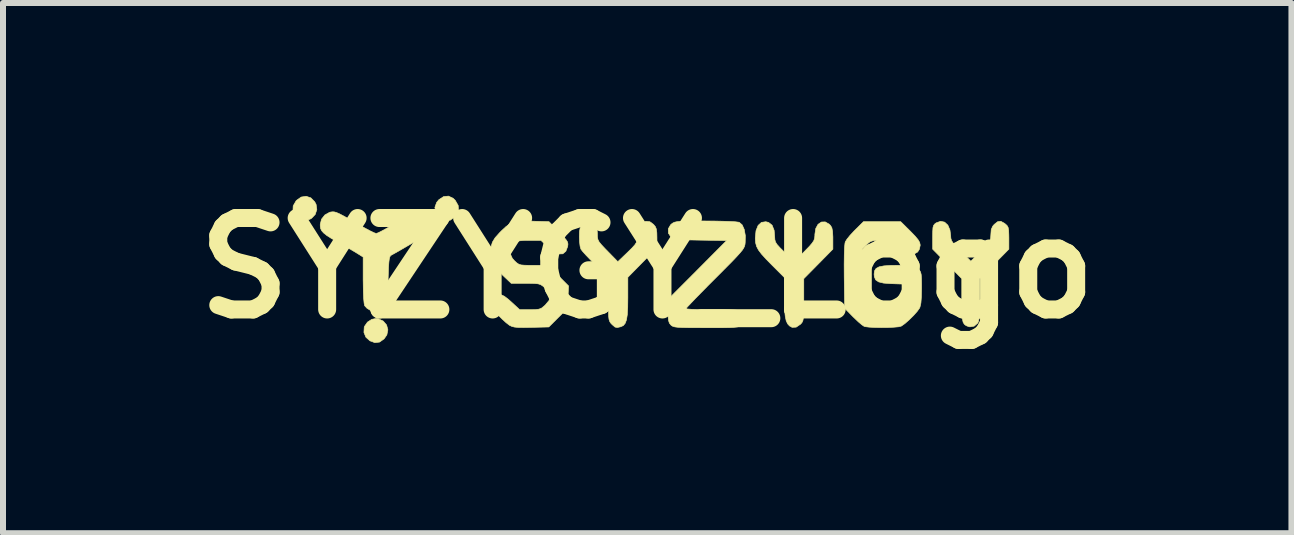
<source format=kicad_pcb>
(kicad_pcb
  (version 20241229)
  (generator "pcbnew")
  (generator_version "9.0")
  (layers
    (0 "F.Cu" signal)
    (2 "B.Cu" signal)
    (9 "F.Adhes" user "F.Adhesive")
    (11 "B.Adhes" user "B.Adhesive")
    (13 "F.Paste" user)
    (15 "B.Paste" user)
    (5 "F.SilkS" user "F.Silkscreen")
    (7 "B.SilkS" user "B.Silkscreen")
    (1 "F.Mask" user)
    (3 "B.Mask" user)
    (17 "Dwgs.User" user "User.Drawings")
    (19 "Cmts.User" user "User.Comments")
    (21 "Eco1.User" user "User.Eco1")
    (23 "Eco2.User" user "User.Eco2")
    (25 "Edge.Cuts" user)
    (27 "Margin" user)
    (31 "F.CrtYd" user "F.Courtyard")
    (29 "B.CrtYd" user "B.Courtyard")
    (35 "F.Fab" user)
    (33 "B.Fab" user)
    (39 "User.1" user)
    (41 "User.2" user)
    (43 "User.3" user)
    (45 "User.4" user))
  (footprint "SYZYGY_Logo"
    (layer "F.Cu")
    (at 7.736 1.418)
    (property "Reference" "SYZYGY_Logo" (at 0 0 0) (layer "F.SilkS") (effects (font (size 1.524 1.524) (thickness 0.3))))
    (attr through_hole)
    (fp_poly (pts (xy -4.487 0.842) (xy -4.399 0.883) (xy -4.343 0.949) (xy -4.322 1.029) (xy -4.339 1.113) (xy -4.385 1.179) (xy -4.461 1.233) (xy -4.54 1.242) (xy -4.621 1.212) (xy -4.688 1.152) (xy -4.721 1.072) (xy -4.716 0.984) (xy -4.71 0.969) (xy -4.662 0.9) (xy -4.591 0.854) (xy -4.513 0.838) (xy -4.487 0.842)) (stroke (width 0.01) (type solid)) (fill yes) (layer "F.SilkS"))
    (fp_poly (pts (xy -3.234 -1.163) (xy -3.2 -1.13) (xy -3.15 -1.043) (xy -3.145 -0.958) (xy -3.186 -0.876) (xy -3.208 -0.853) (xy -3.284 -0.798) (xy -3.36 -0.79) (xy -3.438 -0.828) (xy -3.462 -0.849) (xy -3.523 -0.929) (xy -3.539 -1.012) (xy -3.509 -1.095) (xy -3.472 -1.14) (xy -3.393 -1.192) (xy -3.312 -1.2) (xy -3.234 -1.163)) (stroke (width 0.01) (type solid)) (fill yes) (layer "F.SilkS"))
    (fp_poly (pts (xy -5.606 -1.171) (xy -5.542 -1.106) (xy -5.518 -1.061) (xy -5.506 -0.976) (xy -5.533 -0.894) (xy -5.594 -0.83) (xy -5.613 -0.819) (xy -5.683 -0.791) (xy -5.738 -0.792) (xy -5.784 -0.812) (xy -5.865 -0.876) (xy -5.904 -0.954) (xy -5.9 -1.037) (xy -5.852 -1.121) (xy -5.844 -1.129) (xy -5.767 -1.184) (xy -5.684 -1.197) (xy -5.606 -1.171)) (stroke (width 0.01) (type solid)) (fill yes) (layer "F.SilkS"))
    (fp_poly (pts (xy 4.956 -0.766) (xy 5.01 -0.716) (xy 5.045 -0.635) (xy 5.057 -0.542) (xy 5.06 -0.497) (xy 5.072 -0.457) (xy 5.101 -0.413) (xy 5.152 -0.356) (xy 5.225 -0.282) (xy 5.393 -0.115) (xy 5.56 -0.283) (xy 5.635 -0.36) (xy 5.684 -0.415) (xy 5.711 -0.458) (xy 5.723 -0.498) (xy 5.726 -0.545) (xy 5.727 -0.562) (xy 5.733 -0.643) (xy 5.758 -0.699) (xy 5.783 -0.728) (xy 5.841 -0.774) (xy 5.893 -0.78) (xy 5.953 -0.747) (xy 5.966 -0.737) (xy 5.996 -0.71) (xy 6.014 -0.679) (xy 6.023 -0.632) (xy 6.026 -0.558) (xy 6.027 -0.503) (xy 6.027 -0.316) (xy 5.542 0.176) (xy 5.542 0.521) (xy 5.541 0.666) (xy 5.537 0.772) (xy 5.53 0.845) (xy 5.519 0.892) (xy 5.508 0.916) (xy 5.449 0.967) (xy 5.378 0.979) (xy 5.357 0.975) (xy 5.315 0.959) (xy 5.285 0.936) (xy 5.264 0.901) (xy 5.252 0.844) (xy 5.245 0.761) (xy 5.242 0.643) (xy 5.242 0.535) (xy 5.242 0.176) (xy 4.999 -0.07) (xy 4.757 -0.316) (xy 4.757 -0.516) (xy 4.758 -0.613) (xy 4.762 -0.675) (xy 4.773 -0.712) (xy 4.793 -0.737) (xy 4.816 -0.754) (xy 4.889 -0.78) (xy 4.956 -0.766)) (stroke (width 0.01) (type solid)) (fill yes) (layer "F.SilkS"))
    (fp_poly (pts (xy 2.023 -0.761) (xy 2.081 -0.715) (xy 2.115 -0.63) (xy 2.124 -0.522) (xy 2.127 -0.474) (xy 2.138 -0.434) (xy 2.164 -0.393) (xy 2.212 -0.34) (xy 2.288 -0.265) (xy 2.288 -0.265) (xy 2.452 -0.107) (xy 2.623 -0.281) (xy 2.7 -0.36) (xy 2.749 -0.417) (xy 2.777 -0.46) (xy 2.79 -0.5) (xy 2.794 -0.546) (xy 2.794 -0.564) (xy 2.809 -0.661) (xy 2.847 -0.73) (xy 2.903 -0.768) (xy 2.967 -0.77) (xy 3.034 -0.731) (xy 3.054 -0.711) (xy 3.077 -0.672) (xy 3.089 -0.611) (xy 3.094 -0.518) (xy 3.094 -0.49) (xy 3.094 -0.316) (xy 2.852 -0.07) (xy 2.609 0.176) (xy 2.609 0.528) (xy 2.609 0.662) (xy 2.607 0.759) (xy 2.603 0.825) (xy 2.596 0.869) (xy 2.584 0.899) (xy 2.566 0.923) (xy 2.553 0.936) (xy 2.482 0.984) (xy 2.414 0.987) (xy 2.372 0.964) (xy 2.34 0.929) (xy 2.316 0.878) (xy 2.3 0.803) (xy 2.29 0.699) (xy 2.286 0.557) (xy 2.286 0.481) (xy 2.286 0.157) (xy 2.086 -0.043) (xy 1.981 -0.15) (xy 1.904 -0.235) (xy 1.853 -0.303) (xy 1.822 -0.363) (xy 1.806 -0.423) (xy 1.801 -0.489) (xy 1.801 -0.503) (xy 1.813 -0.624) (xy 1.848 -0.711) (xy 1.903 -0.762) (xy 1.976 -0.773) (xy 2.023 -0.761)) (stroke (width 0.01) (type solid)) (fill yes) (layer "F.SilkS"))
    (fp_poly (pts (xy 0.044 -0.773) (xy 0.105 -0.728) (xy 0.135 -0.692) (xy 0.152 -0.651) (xy 0.16 -0.59) (xy 0.162 -0.506) (xy 0.162 -0.339) (xy -0.081 -0.093) (xy -0.323 0.153) (xy -0.323 0.493) (xy -0.325 0.654) (xy -0.332 0.776) (xy -0.346 0.863) (xy -0.368 0.921) (xy -0.399 0.958) (xy -0.441 0.977) (xy -0.444 0.978) (xy -0.499 0.99) (xy -0.536 0.983) (xy -0.576 0.949) (xy -0.59 0.936) (xy -0.611 0.913) (xy -0.626 0.888) (xy -0.637 0.854) (xy -0.643 0.802) (xy -0.645 0.725) (xy -0.646 0.615) (xy -0.647 0.518) (xy -0.647 0.157) (xy -0.862 -0.054) (xy -0.946 -0.138) (xy -1.019 -0.214) (xy -1.074 -0.275) (xy -1.103 -0.313) (xy -1.105 -0.316) (xy -1.119 -0.365) (xy -1.128 -0.442) (xy -1.131 -0.519) (xy -1.129 -0.607) (xy -1.119 -0.663) (xy -1.097 -0.704) (xy -1.075 -0.728) (xy -1.017 -0.774) (xy -0.965 -0.78) (xy -0.905 -0.747) (xy -0.892 -0.737) (xy -0.854 -0.7) (xy -0.836 -0.654) (xy -0.831 -0.581) (xy -0.831 -0.573) (xy -0.83 -0.519) (xy -0.822 -0.477) (xy -0.802 -0.437) (xy -0.763 -0.389) (xy -0.7 -0.322) (xy -0.66 -0.281) (xy -0.49 -0.107) (xy -0.328 -0.262) (xy -0.254 -0.335) (xy -0.207 -0.387) (xy -0.179 -0.43) (xy -0.165 -0.475) (xy -0.159 -0.533) (xy -0.157 -0.559) (xy -0.147 -0.646) (xy -0.128 -0.702) (xy -0.097 -0.74) (xy -0.094 -0.742) (xy -0.023 -0.78) (xy 0.044 -0.773)) (stroke (width 0.01) (type solid)) (fill yes) (layer "F.SilkS"))
    (fp_poly (pts (xy -5.217 -0.937) (xy -5.18 -0.927) (xy -5.131 -0.906) (xy -5.062 -0.87) (xy -4.968 -0.818) (xy -4.843 -0.746) (xy -4.799 -0.72) (xy -4.701 -0.665) (xy -4.616 -0.62) (xy -4.551 -0.589) (xy -4.517 -0.577) (xy -4.517 -0.577) (xy -4.483 -0.589) (xy -4.421 -0.62) (xy -4.338 -0.665) (xy -4.267 -0.708) (xy -4.11 -0.801) (xy -3.986 -0.868) (xy -3.887 -0.911) (xy -3.81 -0.931) (xy -3.749 -0.93) (xy -3.697 -0.907) (xy -3.65 -0.865) (xy -3.637 -0.85) (xy -3.594 -0.786) (xy -3.581 -0.725) (xy -3.6 -0.664) (xy -3.653 -0.599) (xy -3.743 -0.526) (xy -3.872 -0.442) (xy -3.943 -0.4) (xy -4.046 -0.34) (xy -4.139 -0.286) (xy -4.212 -0.245) (xy -4.255 -0.221) (xy -4.26 -0.219) (xy -4.277 -0.207) (xy -4.289 -0.188) (xy -4.298 -0.155) (xy -4.305 -0.101) (xy -4.311 -0.019) (xy -4.315 0.097) (xy -4.319 0.22) (xy -4.324 0.353) (xy -4.328 0.469) (xy -4.332 0.561) (xy -4.335 0.621) (xy -4.337 0.641) (xy -4.363 0.662) (xy -4.413 0.691) (xy -4.466 0.719) (xy -4.506 0.736) (xy -4.514 0.738) (xy -4.55 0.729) (xy -4.605 0.708) (xy -4.611 0.705) (xy -4.669 0.67) (xy -4.708 0.628) (xy -4.709 0.627) (xy -4.718 0.585) (xy -4.726 0.504) (xy -4.731 0.39) (xy -4.733 0.248) (xy -4.734 0.198) (xy -4.734 -0.184) (xy -4.82 -0.238) (xy -4.896 -0.284) (xy -4.982 -0.334) (xy -5.011 -0.351) (xy -5.155 -0.432) (xy -5.264 -0.495) (xy -5.342 -0.545) (xy -5.394 -0.587) (xy -5.426 -0.624) (xy -5.443 -0.66) (xy -5.449 -0.701) (xy -5.449 -0.731) (xy -5.428 -0.815) (xy -5.372 -0.886) (xy -5.293 -0.93) (xy -5.276 -0.934) (xy -5.247 -0.938) (xy -5.217 -0.937)) (stroke (width 0.01) (type solid)) (fill yes) (layer "F.SilkS"))
    (fp_poly (pts (xy 1.123 -0.784) (xy 1.261 -0.781) (xy 1.379 -0.777) (xy 1.469 -0.772) (xy 1.524 -0.765) (xy 1.533 -0.763) (xy 1.582 -0.721) (xy 1.617 -0.644) (xy 1.635 -0.542) (xy 1.633 -0.431) (xy 1.63 -0.398) (xy 1.623 -0.368) (xy 1.609 -0.337) (xy 1.586 -0.301) (xy 1.548 -0.255) (xy 1.494 -0.195) (xy 1.419 -0.116) (xy 1.319 -0.015) (xy 1.192 0.113) (xy 1.135 0.17) (xy 1.012 0.293) (xy 0.901 0.406) (xy 0.804 0.505) (xy 0.728 0.585) (xy 0.674 0.642) (xy 0.648 0.672) (xy 0.647 0.676) (xy 0.668 0.681) (xy 0.73 0.686) (xy 0.823 0.689) (xy 0.941 0.692) (xy 1.077 0.693) (xy 1.093 0.693) (xy 1.249 0.693) (xy 1.365 0.695) (xy 1.448 0.698) (xy 1.505 0.703) (xy 1.542 0.711) (xy 1.565 0.723) (xy 1.578 0.735) (xy 1.612 0.803) (xy 1.609 0.88) (xy 1.57 0.947) (xy 1.553 0.961) (xy 1.531 0.973) (xy 1.498 0.981) (xy 1.448 0.986) (xy 1.375 0.99) (xy 1.273 0.992) (xy 1.136 0.993) (xy 0.981 0.993) (xy 0.809 0.993) (xy 0.676 0.992) (xy 0.578 0.99) (xy 0.508 0.986) (xy 0.46 0.98) (xy 0.429 0.971) (xy 0.408 0.96) (xy 0.393 0.947) (xy 0.369 0.916) (xy 0.355 0.873) (xy 0.348 0.807) (xy 0.346 0.711) (xy 0.346 0.522) (xy 0.835 0.032) (xy 1.323 -0.459) (xy 0.883 -0.466) (xy 0.728 -0.469) (xy 0.613 -0.473) (xy 0.53 -0.477) (xy 0.473 -0.484) (xy 0.434 -0.494) (xy 0.409 -0.506) (xy 0.395 -0.517) (xy 0.353 -0.582) (xy 0.351 -0.655) (xy 0.39 -0.722) (xy 0.407 -0.737) (xy 0.43 -0.753) (xy 0.456 -0.765) (xy 0.493 -0.773) (xy 0.546 -0.779) (xy 0.623 -0.783) (xy 0.729 -0.784) (xy 0.871 -0.785) (xy 0.971 -0.785) (xy 1.123 -0.784)) (stroke (width 0.01) (type solid)) (fill yes) (layer "F.SilkS"))
    (fp_poly (pts (xy -1.938 -0.783) (xy -1.883 -0.781) (xy -1.637 -0.774) (xy -1.474 -0.606) (xy -1.399 -0.528) (xy -1.353 -0.474) (xy -1.328 -0.435) (xy -1.321 -0.401) (xy -1.325 -0.365) (xy -1.325 -0.363) (xy -1.356 -0.281) (xy -1.407 -0.238) (xy -1.476 -0.236) (xy -1.561 -0.275) (xy -1.649 -0.346) (xy -1.771 -0.462) (xy -1.964 -0.462) (xy -2.061 -0.461) (xy -2.124 -0.455) (xy -2.167 -0.442) (xy -2.202 -0.418) (xy -2.221 -0.4) (xy -2.276 -0.323) (xy -2.285 -0.244) (xy -2.248 -0.163) (xy -2.21 -0.12) (xy -2.174 -0.087) (xy -2.142 -0.066) (xy -2.103 -0.053) (xy -2.045 -0.048) (xy -1.958 -0.046) (xy -1.894 -0.046) (xy -1.654 -0.046) (xy -1.311 0.297) (xy -1.32 0.483) (xy -1.328 0.67) (xy -1.484 0.825) (xy -1.64 0.981) (xy -1.934 0.988) (xy -2.06 0.99) (xy -2.149 0.989) (xy -2.211 0.983) (xy -2.255 0.972) (xy -2.29 0.956) (xy -2.298 0.951) (xy -2.35 0.911) (xy -2.417 0.85) (xy -2.477 0.79) (xy -2.553 0.691) (xy -2.588 0.604) (xy -2.582 0.531) (xy -2.535 0.475) (xy -2.484 0.447) (xy -2.436 0.444) (xy -2.381 0.469) (xy -2.311 0.523) (xy -2.263 0.566) (xy -2.125 0.693) (xy -1.953 0.693) (xy -1.863 0.691) (xy -1.804 0.684) (xy -1.761 0.667) (xy -1.72 0.634) (xy -1.699 0.615) (xy -1.635 0.538) (xy -1.616 0.468) (xy -1.642 0.398) (xy -1.703 0.331) (xy -1.743 0.297) (xy -1.778 0.274) (xy -1.819 0.262) (xy -1.878 0.256) (xy -1.965 0.254) (xy -2.028 0.254) (xy -2.266 0.254) (xy -2.406 0.121) (xy -2.503 0.021) (xy -2.565 -0.067) (xy -2.598 -0.154) (xy -2.609 -0.252) (xy -2.609 -0.263) (xy -2.603 -0.355) (xy -2.58 -0.432) (xy -2.535 -0.506) (xy -2.46 -0.59) (xy -2.423 -0.627) (xy -2.355 -0.69) (xy -2.295 -0.735) (xy -2.233 -0.763) (xy -2.16 -0.779) (xy -2.065 -0.785) (xy -1.938 -0.783)) (stroke (width 0.01) (type solid)) (fill yes) (layer "F.SilkS"))
    (fp_poly (pts (xy 4.387 -0.613) (xy 4.465 -0.532) (xy 4.514 -0.473) (xy 4.54 -0.428) (xy 4.549 -0.387) (xy 4.549 -0.379) (xy 4.535 -0.314) (xy 4.507 -0.269) (xy 4.448 -0.235) (xy 4.385 -0.237) (xy 4.312 -0.279) (xy 4.237 -0.346) (xy 4.123 -0.462) (xy 3.925 -0.462) (xy 3.828 -0.461) (xy 3.765 -0.456) (xy 3.723 -0.444) (xy 3.689 -0.421) (xy 3.653 -0.386) (xy 3.579 -0.31) (xy 3.579 0.522) (xy 3.667 0.607) (xy 3.713 0.651) (xy 3.753 0.676) (xy 3.8 0.689) (xy 3.869 0.692) (xy 3.93 0.693) (xy 4.105 0.693) (xy 4.189 0.599) (xy 4.239 0.54) (xy 4.263 0.491) (xy 4.269 0.433) (xy 4.267 0.385) (xy 4.26 0.266) (xy 4.061 0.259) (xy 3.939 0.25) (xy 3.857 0.23) (xy 3.807 0.196) (xy 3.785 0.144) (xy 3.781 0.1) (xy 3.788 0.046) (xy 3.814 0.006) (xy 3.864 -0.021) (xy 3.944 -0.037) (xy 4.059 -0.045) (xy 4.172 -0.046) (xy 4.292 -0.046) (xy 4.375 -0.043) (xy 4.431 -0.037) (xy 4.467 -0.026) (xy 4.494 -0.009) (xy 4.515 0.01) (xy 4.54 0.038) (xy 4.556 0.067) (xy 4.566 0.109) (xy 4.57 0.172) (xy 4.572 0.267) (xy 4.572 0.335) (xy 4.569 0.479) (xy 4.561 0.582) (xy 4.546 0.648) (xy 4.539 0.665) (xy 4.5 0.72) (xy 4.438 0.79) (xy 4.364 0.863) (xy 4.292 0.926) (xy 4.235 0.966) (xy 4.233 0.967) (xy 4.188 0.978) (xy 4.11 0.985) (xy 4.01 0.99) (xy 3.9 0.991) (xy 3.792 0.989) (xy 3.699 0.984) (xy 3.633 0.976) (xy 3.614 0.97) (xy 3.577 0.945) (xy 3.519 0.896) (xy 3.451 0.831) (xy 3.429 0.81) (xy 3.29 0.668) (xy 3.283 0.146) (xy 3.282 -0.061) (xy 3.284 -0.224) (xy 3.288 -0.344) (xy 3.296 -0.418) (xy 3.302 -0.439) (xy 3.33 -0.484) (xy 3.382 -0.548) (xy 3.448 -0.619) (xy 3.466 -0.637) (xy 3.604 -0.774) (xy 4.224 -0.774) (xy 4.387 -0.613)) (stroke (width 0.01) (type solid)) (fill yes) (layer "F.SilkS")))
  (gr_rect
    (start -3 -3)
    (end 18.472 5.836)
    (stroke (width 0.1) (type default))
    (fill no)
    (layer "Edge.Cuts")))
</source>
